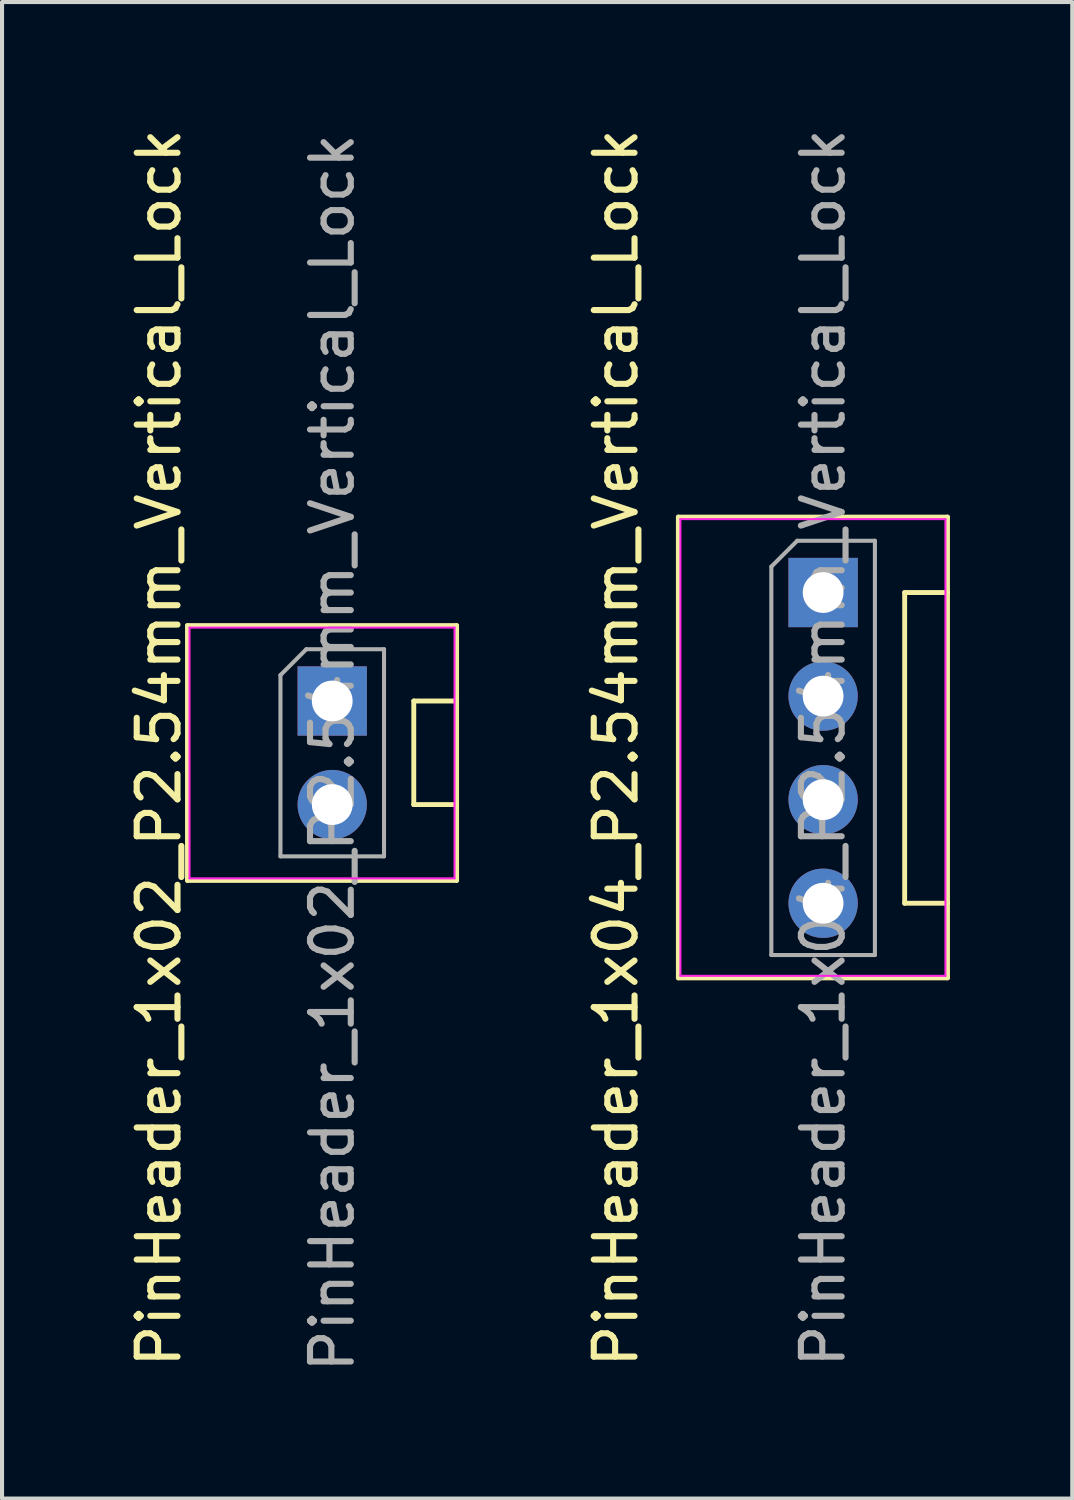
<source format=kicad_pcb>
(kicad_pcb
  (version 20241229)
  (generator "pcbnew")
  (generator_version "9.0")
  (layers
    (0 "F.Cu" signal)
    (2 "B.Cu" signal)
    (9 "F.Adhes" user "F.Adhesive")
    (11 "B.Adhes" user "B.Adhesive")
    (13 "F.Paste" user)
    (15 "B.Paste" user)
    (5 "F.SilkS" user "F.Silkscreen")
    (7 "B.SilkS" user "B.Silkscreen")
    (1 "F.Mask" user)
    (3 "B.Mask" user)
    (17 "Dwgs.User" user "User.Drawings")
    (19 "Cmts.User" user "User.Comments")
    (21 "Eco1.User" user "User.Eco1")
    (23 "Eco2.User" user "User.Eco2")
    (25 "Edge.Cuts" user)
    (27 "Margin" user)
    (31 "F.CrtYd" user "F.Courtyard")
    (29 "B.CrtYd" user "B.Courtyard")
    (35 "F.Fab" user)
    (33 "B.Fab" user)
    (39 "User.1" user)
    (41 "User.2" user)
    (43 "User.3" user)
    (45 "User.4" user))
  (footprint "PinHeader_1x02_P2.54mm_Vertical_Lock"
    (layer "F.Cu")
    (at 5.098 14.142)
    (property "Reference" "PinHeader_1x02_P2.54mm_Vertical_Lock" (at -4.25 1.15 270) (layer "F.SilkS") (effects (font (size 1 1) (thickness 0.15))))
    (attr through_hole)
    (fp_line (start -3.55 -1.85) (end 3.05 -1.85) (stroke (width 0.12) (type solid)) (layer "F.SilkS"))
    (fp_line (start -3.55 4.4) (end -3.55 -1.85) (stroke (width 0.12) (type solid)) (layer "F.SilkS"))
    (fp_line (start 2 0) (end 2 2.54) (stroke (width 0.12) (type solid)) (layer "F.SilkS"))
    (fp_line (start 2 0) (end 3.05 0) (stroke (width 0.12) (type solid)) (layer "F.SilkS"))
    (fp_line (start 2 2.54) (end 3.05 2.54) (stroke (width 0.12) (type solid)) (layer "F.SilkS"))
    (fp_line (start 3.05 -1.85) (end 3.05 4.4) (stroke (width 0.12) (type solid)) (layer "F.SilkS"))
    (fp_line (start 3.05 4.4) (end -3.55 4.4) (stroke (width 0.12) (type solid)) (layer "F.SilkS"))
    (fp_line (start -3.5 -1.8) (end -3.5 4.35) (stroke (width 0.05) (type solid)) (layer "F.CrtYd"))
    (fp_line (start -3.5 4.35) (end 3 4.35) (stroke (width 0.05) (type solid)) (layer "F.CrtYd"))
    (fp_line (start 3 -1.8) (end -3.5 -1.8) (stroke (width 0.05) (type solid)) (layer "F.CrtYd"))
    (fp_line (start 3 4.35) (end 3 -1.8) (stroke (width 0.05) (type solid)) (layer "F.CrtYd"))
    (fp_line (start -1.27 -0.635) (end -0.635 -1.27) (stroke (width 0.1) (type solid)) (layer "F.Fab"))
    (fp_line (start -1.27 3.81) (end -1.27 -0.635) (stroke (width 0.1) (type solid)) (layer "F.Fab"))
    (fp_line (start -0.635 -1.27) (end 1.27 -1.27) (stroke (width 0.1) (type solid)) (layer "F.Fab"))
    (fp_line (start 1.27 -1.27) (end 1.27 3.81) (stroke (width 0.1) (type solid)) (layer "F.Fab"))
    (fp_line (start 1.27 3.81) (end -1.27 3.81) (stroke (width 0.1) (type solid)) (layer "F.Fab"))
    (fp_text user "${REFERENCE}" (at 0 1.27 90) (layer "F.Fab") (effects (font (size 1 1) (thickness 0.15))))
    (pad "1" thru_hole rect (at 0 0) (size 1.7 1.7) (drill 1) (layers "*.Cu" "*.Mask"))
    (pad "2" thru_hole oval (at 0 2.54) (size 1.7 1.7) (drill 1) (layers "*.Cu" "*.Mask")))
  (footprint "PinHeader_1x04_P2.54mm_Vertical_Lock"
    (layer "F.Cu")
    (at 17.137 11.482)
    (property "Reference" "PinHeader_1x04_P2.54mm_Vertical_Lock" (at -5.08 3.81 90) (layer "F.SilkS") (effects (font (size 1 1) (thickness 0.15))))
    (attr through_hole)
    (fp_line (start -3.55 -1.85) (end 3.05 -1.85) (stroke (width 0.12) (type solid)) (layer "F.SilkS"))
    (fp_line (start -3.55 9.45) (end -3.55 -1.85) (stroke (width 0.12) (type solid)) (layer "F.SilkS"))
    (fp_line (start 2 0) (end 2 7.62) (stroke (width 0.12) (type solid)) (layer "F.SilkS"))
    (fp_line (start 2 0) (end 3.05 0) (stroke (width 0.12) (type solid)) (layer "F.SilkS"))
    (fp_line (start 2 7.62) (end 3.05 7.62) (stroke (width 0.12) (type solid)) (layer "F.SilkS"))
    (fp_line (start 3.05 -1.85) (end 3.05 9.45) (stroke (width 0.12) (type solid)) (layer "F.SilkS"))
    (fp_line (start 3.05 9.45) (end -3.55 9.45) (stroke (width 0.12) (type solid)) (layer "F.SilkS"))
    (fp_line (start -3.5 -1.8) (end -3.5 9.4) (stroke (width 0.05) (type solid)) (layer "F.CrtYd"))
    (fp_line (start -3.5 9.4) (end 3 9.4) (stroke (width 0.05) (type solid)) (layer "F.CrtYd"))
    (fp_line (start 3 -1.8) (end -3.5 -1.8) (stroke (width 0.05) (type solid)) (layer "F.CrtYd"))
    (fp_line (start 3 9.4) (end 3 -1.8) (stroke (width 0.05) (type solid)) (layer "F.CrtYd"))
    (fp_line (start -1.27 -0.635) (end -0.635 -1.27) (stroke (width 0.1) (type solid)) (layer "F.Fab"))
    (fp_line (start -1.27 8.89) (end -1.27 -0.635) (stroke (width 0.1) (type solid)) (layer "F.Fab"))
    (fp_line (start -0.635 -1.27) (end 1.27 -1.27) (stroke (width 0.1) (type solid)) (layer "F.Fab"))
    (fp_line (start 1.27 -1.27) (end 1.27 8.89) (stroke (width 0.1) (type solid)) (layer "F.Fab"))
    (fp_line (start 1.27 8.89) (end -1.27 8.89) (stroke (width 0.1) (type solid)) (layer "F.Fab"))
    (fp_text user "${REFERENCE}" (at 0 3.81 90) (layer "F.Fab") (effects (font (size 1 1) (thickness 0.15))))
    (pad "1" thru_hole rect (at 0 0) (size 1.7 1.7) (drill 1) (layers "*.Cu" "*.Mask"))
    (pad "2" thru_hole oval (at 0 2.54) (size 1.7 1.7) (drill 1) (layers "*.Cu" "*.Mask"))
    (pad "3" thru_hole oval (at 0 5.08) (size 1.7 1.7) (drill 1) (layers "*.Cu" "*.Mask"))
    (pad "4" thru_hole oval (at 0 7.62) (size 1.7 1.7) (drill 1) (layers "*.Cu" "*.Mask")))
  (gr_rect
    (start -3 -3)
    (end 23.247 33.703)
    (stroke (width 0.1) (type default))
    (fill no)
    (layer "Edge.Cuts")))
</source>
